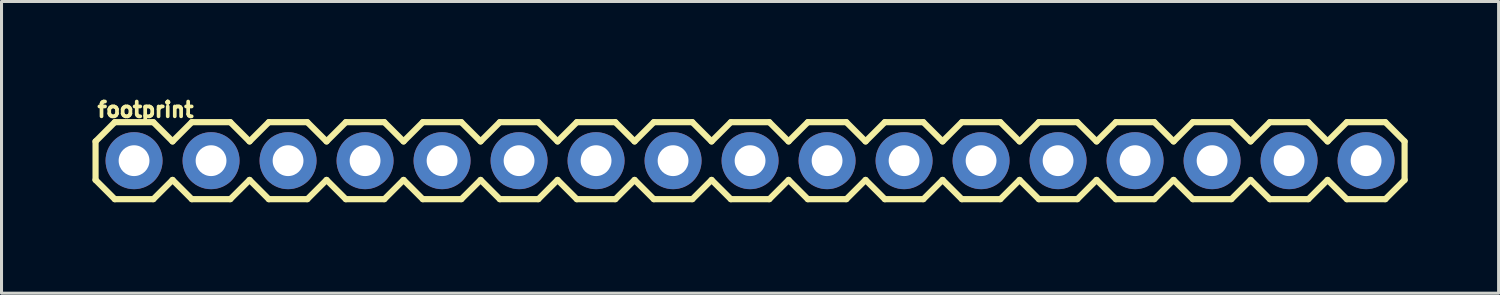
<source format=kicad_pcb>
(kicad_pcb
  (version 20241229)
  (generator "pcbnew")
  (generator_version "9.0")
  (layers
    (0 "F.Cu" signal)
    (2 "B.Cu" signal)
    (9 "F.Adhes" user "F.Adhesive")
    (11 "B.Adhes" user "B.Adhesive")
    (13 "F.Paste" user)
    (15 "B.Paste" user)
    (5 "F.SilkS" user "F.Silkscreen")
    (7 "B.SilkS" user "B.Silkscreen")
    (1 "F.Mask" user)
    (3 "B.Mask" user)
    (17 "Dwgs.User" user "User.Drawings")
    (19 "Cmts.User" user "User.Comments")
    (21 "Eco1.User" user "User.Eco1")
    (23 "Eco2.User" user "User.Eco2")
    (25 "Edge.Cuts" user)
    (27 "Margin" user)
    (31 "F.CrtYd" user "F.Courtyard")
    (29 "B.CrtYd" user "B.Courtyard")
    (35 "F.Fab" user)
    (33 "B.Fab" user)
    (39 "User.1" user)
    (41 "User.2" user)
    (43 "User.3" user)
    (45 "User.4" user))
  (footprint "footprint"
    (layer "F.Cu")
    (at 1.372 2.25)
    (property "Reference" "footprint" (at -1.27 -1.397 0) (layer "F.SilkS") (effects (font (size 0.488 0.488) (thickness 0.122)) (justify left bottom)))
    (fp_line (start -1.27 -0.635) (end -1.27 0.635) (stroke (width 0.203) (type solid)) (layer "F.SilkS"))
    (fp_line (start -1.27 0.635) (end -0.635 1.27) (stroke (width 0.203) (type solid)) (layer "F.SilkS"))
    (fp_line (start -0.635 -1.27) (end -1.27 -0.635) (stroke (width 0.203) (type solid)) (layer "F.SilkS"))
    (fp_line (start -0.635 -1.27) (end 0.635 -1.27) (stroke (width 0.203) (type solid)) (layer "F.SilkS"))
    (fp_line (start 0.635 -1.27) (end 1.27 -0.635) (stroke (width 0.203) (type solid)) (layer "F.SilkS"))
    (fp_line (start 0.635 1.27) (end -0.635 1.27) (stroke (width 0.203) (type solid)) (layer "F.SilkS"))
    (fp_line (start 1.27 -0.635) (end 1.905 -1.27) (stroke (width 0.203) (type solid)) (layer "F.SilkS"))
    (fp_line (start 1.27 0.635) (end 0.635 1.27) (stroke (width 0.203) (type solid)) (layer "F.SilkS"))
    (fp_line (start 1.905 -1.27) (end 3.175 -1.27) (stroke (width 0.203) (type solid)) (layer "F.SilkS"))
    (fp_line (start 1.905 1.27) (end 1.27 0.635) (stroke (width 0.203) (type solid)) (layer "F.SilkS"))
    (fp_line (start 3.175 -1.27) (end 3.81 -0.635) (stroke (width 0.203) (type solid)) (layer "F.SilkS"))
    (fp_line (start 3.175 1.27) (end 1.905 1.27) (stroke (width 0.203) (type solid)) (layer "F.SilkS"))
    (fp_line (start 3.81 -0.635) (end 4.445 -1.27) (stroke (width 0.203) (type solid)) (layer "F.SilkS"))
    (fp_line (start 3.81 0.635) (end 3.175 1.27) (stroke (width 0.203) (type solid)) (layer "F.SilkS"))
    (fp_line (start 4.445 -1.27) (end 5.715 -1.27) (stroke (width 0.203) (type solid)) (layer "F.SilkS"))
    (fp_line (start 4.445 1.27) (end 3.81 0.635) (stroke (width 0.203) (type solid)) (layer "F.SilkS"))
    (fp_line (start 5.715 -1.27) (end 6.35 -0.635) (stroke (width 0.203) (type solid)) (layer "F.SilkS"))
    (fp_line (start 5.715 1.27) (end 4.445 1.27) (stroke (width 0.203) (type solid)) (layer "F.SilkS"))
    (fp_line (start 6.35 0.635) (end 5.715 1.27) (stroke (width 0.203) (type solid)) (layer "F.SilkS"))
    (fp_line (start 6.35 0.635) (end 6.985 1.27) (stroke (width 0.203) (type solid)) (layer "F.SilkS"))
    (fp_line (start 6.985 -1.27) (end 6.35 -0.635) (stroke (width 0.203) (type solid)) (layer "F.SilkS"))
    (fp_line (start 6.985 -1.27) (end 8.255 -1.27) (stroke (width 0.203) (type solid)) (layer "F.SilkS"))
    (fp_line (start 8.255 -1.27) (end 8.89 -0.635) (stroke (width 0.203) (type solid)) (layer "F.SilkS"))
    (fp_line (start 8.255 1.27) (end 6.985 1.27) (stroke (width 0.203) (type solid)) (layer "F.SilkS"))
    (fp_line (start 8.89 -0.635) (end 9.525 -1.27) (stroke (width 0.203) (type solid)) (layer "F.SilkS"))
    (fp_line (start 8.89 0.635) (end 8.255 1.27) (stroke (width 0.203) (type solid)) (layer "F.SilkS"))
    (fp_line (start 9.525 -1.27) (end 10.795 -1.27) (stroke (width 0.203) (type solid)) (layer "F.SilkS"))
    (fp_line (start 9.525 1.27) (end 8.89 0.635) (stroke (width 0.203) (type solid)) (layer "F.SilkS"))
    (fp_line (start 10.795 -1.27) (end 11.43 -0.635) (stroke (width 0.203) (type solid)) (layer "F.SilkS"))
    (fp_line (start 10.795 1.27) (end 9.525 1.27) (stroke (width 0.203) (type solid)) (layer "F.SilkS"))
    (fp_line (start 11.43 -0.635) (end 12.065 -1.27) (stroke (width 0.203) (type solid)) (layer "F.SilkS"))
    (fp_line (start 11.43 0.635) (end 10.795 1.27) (stroke (width 0.203) (type solid)) (layer "F.SilkS"))
    (fp_line (start 12.065 -1.27) (end 13.335 -1.27) (stroke (width 0.203) (type solid)) (layer "F.SilkS"))
    (fp_line (start 12.065 1.27) (end 11.43 0.635) (stroke (width 0.203) (type solid)) (layer "F.SilkS"))
    (fp_line (start 13.335 -1.27) (end 13.97 -0.635) (stroke (width 0.203) (type solid)) (layer "F.SilkS"))
    (fp_line (start 13.335 1.27) (end 12.065 1.27) (stroke (width 0.203) (type solid)) (layer "F.SilkS"))
    (fp_line (start 13.97 0.635) (end 13.335 1.27) (stroke (width 0.203) (type solid)) (layer "F.SilkS"))
    (fp_line (start 13.97 0.635) (end 14.605 1.27) (stroke (width 0.203) (type solid)) (layer "F.SilkS"))
    (fp_line (start 14.605 -1.27) (end 13.97 -0.635) (stroke (width 0.203) (type solid)) (layer "F.SilkS"))
    (fp_line (start 14.605 -1.27) (end 15.875 -1.27) (stroke (width 0.203) (type solid)) (layer "F.SilkS"))
    (fp_line (start 15.875 -1.27) (end 16.51 -0.635) (stroke (width 0.203) (type solid)) (layer "F.SilkS"))
    (fp_line (start 15.875 1.27) (end 14.605 1.27) (stroke (width 0.203) (type solid)) (layer "F.SilkS"))
    (fp_line (start 16.51 0.635) (end 15.875 1.27) (stroke (width 0.203) (type solid)) (layer "F.SilkS"))
    (fp_line (start 16.51 0.635) (end 17.145 1.27) (stroke (width 0.203) (type solid)) (layer "F.SilkS"))
    (fp_line (start 17.145 -1.27) (end 16.51 -0.635) (stroke (width 0.203) (type solid)) (layer "F.SilkS"))
    (fp_line (start 17.145 -1.27) (end 18.415 -1.27) (stroke (width 0.203) (type solid)) (layer "F.SilkS"))
    (fp_line (start 18.415 -1.27) (end 19.05 -0.635) (stroke (width 0.203) (type solid)) (layer "F.SilkS"))
    (fp_line (start 18.415 1.27) (end 17.145 1.27) (stroke (width 0.203) (type solid)) (layer "F.SilkS"))
    (fp_line (start 19.05 -0.635) (end 19.685 -1.27) (stroke (width 0.203) (type solid)) (layer "F.SilkS"))
    (fp_line (start 19.05 0.635) (end 18.415 1.27) (stroke (width 0.203) (type solid)) (layer "F.SilkS"))
    (fp_line (start 19.685 -1.27) (end 20.955 -1.27) (stroke (width 0.203) (type solid)) (layer "F.SilkS"))
    (fp_line (start 19.685 1.27) (end 19.05 0.635) (stroke (width 0.203) (type solid)) (layer "F.SilkS"))
    (fp_line (start 20.955 -1.27) (end 21.59 -0.635) (stroke (width 0.203) (type solid)) (layer "F.SilkS"))
    (fp_line (start 20.955 1.27) (end 19.685 1.27) (stroke (width 0.203) (type solid)) (layer "F.SilkS"))
    (fp_line (start 21.59 -0.635) (end 22.225 -1.27) (stroke (width 0.203) (type solid)) (layer "F.SilkS"))
    (fp_line (start 21.59 0.635) (end 20.955 1.27) (stroke (width 0.203) (type solid)) (layer "F.SilkS"))
    (fp_line (start 22.225 -1.27) (end 23.495 -1.27) (stroke (width 0.203) (type solid)) (layer "F.SilkS"))
    (fp_line (start 22.225 1.27) (end 21.59 0.635) (stroke (width 0.203) (type solid)) (layer "F.SilkS"))
    (fp_line (start 23.495 -1.27) (end 24.13 -0.635) (stroke (width 0.203) (type solid)) (layer "F.SilkS"))
    (fp_line (start 23.495 1.27) (end 22.225 1.27) (stroke (width 0.203) (type solid)) (layer "F.SilkS"))
    (fp_line (start 24.13 0.635) (end 23.495 1.27) (stroke (width 0.203) (type solid)) (layer "F.SilkS"))
    (fp_line (start 24.13 0.635) (end 24.765 1.27) (stroke (width 0.203) (type solid)) (layer "F.SilkS"))
    (fp_line (start 24.765 -1.27) (end 24.13 -0.635) (stroke (width 0.203) (type solid)) (layer "F.SilkS"))
    (fp_line (start 24.765 -1.27) (end 26.035 -1.27) (stroke (width 0.203) (type solid)) (layer "F.SilkS"))
    (fp_line (start 26.035 -1.27) (end 26.67 -0.635) (stroke (width 0.203) (type solid)) (layer "F.SilkS"))
    (fp_line (start 26.035 1.27) (end 24.765 1.27) (stroke (width 0.203) (type solid)) (layer "F.SilkS"))
    (fp_line (start 26.67 -0.635) (end 27.305 -1.27) (stroke (width 0.203) (type solid)) (layer "F.SilkS"))
    (fp_line (start 26.67 0.635) (end 26.035 1.27) (stroke (width 0.203) (type solid)) (layer "F.SilkS"))
    (fp_line (start 27.305 -1.27) (end 28.575 -1.27) (stroke (width 0.203) (type solid)) (layer "F.SilkS"))
    (fp_line (start 27.305 1.27) (end 26.67 0.635) (stroke (width 0.203) (type solid)) (layer "F.SilkS"))
    (fp_line (start 28.575 -1.27) (end 29.21 -0.635) (stroke (width 0.203) (type solid)) (layer "F.SilkS"))
    (fp_line (start 28.575 1.27) (end 27.305 1.27) (stroke (width 0.203) (type solid)) (layer "F.SilkS"))
    (fp_line (start 29.21 -0.635) (end 29.845 -1.27) (stroke (width 0.203) (type solid)) (layer "F.SilkS"))
    (fp_line (start 29.21 0.635) (end 28.575 1.27) (stroke (width 0.203) (type solid)) (layer "F.SilkS"))
    (fp_line (start 29.845 -1.27) (end 31.115 -1.27) (stroke (width 0.203) (type solid)) (layer "F.SilkS"))
    (fp_line (start 29.845 1.27) (end 29.21 0.635) (stroke (width 0.203) (type solid)) (layer "F.SilkS"))
    (fp_line (start 31.115 -1.27) (end 31.75 -0.635) (stroke (width 0.203) (type solid)) (layer "F.SilkS"))
    (fp_line (start 31.115 1.27) (end 29.845 1.27) (stroke (width 0.203) (type solid)) (layer "F.SilkS"))
    (fp_line (start 31.75 0.635) (end 31.115 1.27) (stroke (width 0.203) (type solid)) (layer "F.SilkS"))
    (fp_line (start 31.75 0.635) (end 32.385 1.27) (stroke (width 0.203) (type solid)) (layer "F.SilkS"))
    (fp_line (start 32.385 -1.27) (end 31.75 -0.635) (stroke (width 0.203) (type solid)) (layer "F.SilkS"))
    (fp_line (start 32.385 -1.27) (end 33.655 -1.27) (stroke (width 0.203) (type solid)) (layer "F.SilkS"))
    (fp_line (start 33.655 -1.27) (end 34.29 -0.635) (stroke (width 0.203) (type solid)) (layer "F.SilkS"))
    (fp_line (start 33.655 1.27) (end 32.385 1.27) (stroke (width 0.203) (type solid)) (layer "F.SilkS"))
    (fp_line (start 34.29 0.635) (end 33.655 1.27) (stroke (width 0.203) (type solid)) (layer "F.SilkS"))
    (fp_line (start 34.29 0.635) (end 34.925 1.27) (stroke (width 0.203) (type solid)) (layer "F.SilkS"))
    (fp_line (start 34.925 -1.27) (end 34.29 -0.635) (stroke (width 0.203) (type solid)) (layer "F.SilkS"))
    (fp_line (start 34.925 -1.27) (end 36.195 -1.27) (stroke (width 0.203) (type solid)) (layer "F.SilkS"))
    (fp_line (start 36.195 -1.27) (end 36.83 -0.635) (stroke (width 0.203) (type solid)) (layer "F.SilkS"))
    (fp_line (start 36.195 1.27) (end 34.925 1.27) (stroke (width 0.203) (type solid)) (layer "F.SilkS"))
    (fp_line (start 36.83 0.635) (end 36.195 1.27) (stroke (width 0.203) (type solid)) (layer "F.SilkS"))
    (fp_line (start 36.83 0.635) (end 37.465 1.27) (stroke (width 0.203) (type solid)) (layer "F.SilkS"))
    (fp_line (start 37.465 -1.27) (end 36.83 -0.635) (stroke (width 0.203) (type solid)) (layer "F.SilkS"))
    (fp_line (start 37.465 -1.27) (end 38.735 -1.27) (stroke (width 0.203) (type solid)) (layer "F.SilkS"))
    (fp_line (start 38.735 -1.27) (end 39.37 -0.635) (stroke (width 0.203) (type solid)) (layer "F.SilkS"))
    (fp_line (start 38.735 1.27) (end 37.465 1.27) (stroke (width 0.203) (type solid)) (layer "F.SilkS"))
    (fp_line (start 39.37 0.635) (end 38.735 1.27) (stroke (width 0.203) (type solid)) (layer "F.SilkS"))
    (fp_line (start 39.37 0.635) (end 40.005 1.27) (stroke (width 0.203) (type solid)) (layer "F.SilkS"))
    (fp_line (start 40.005 -1.27) (end 39.37 -0.635) (stroke (width 0.203) (type solid)) (layer "F.SilkS"))
    (fp_line (start 40.005 -1.27) (end 41.275 -1.27) (stroke (width 0.203) (type solid)) (layer "F.SilkS"))
    (fp_line (start 41.275 -1.27) (end 41.91 -0.635) (stroke (width 0.203) (type solid)) (layer "F.SilkS"))
    (fp_line (start 41.275 1.27) (end 40.005 1.27) (stroke (width 0.203) (type solid)) (layer "F.SilkS"))
    (fp_line (start 41.91 -0.635) (end 41.91 0.635) (stroke (width 0.203) (type solid)) (layer "F.SilkS"))
    (fp_line (start 41.91 0.635) (end 41.275 1.27) (stroke (width 0.203) (type solid)) (layer "F.SilkS"))
    (fp_poly (pts (xy -0.254 0.254) (xy 0.254 0.254) (xy 0.254 -0.254) (xy -0.254 -0.254)) (stroke (width 0.1) (type solid)) (fill no) (layer "F.Fab"))
    (fp_poly (pts (xy 2.286 0.254) (xy 2.794 0.254) (xy 2.794 -0.254) (xy 2.286 -0.254)) (stroke (width 0.1) (type solid)) (fill no) (layer "F.Fab"))
    (fp_poly (pts (xy 4.826 0.254) (xy 5.334 0.254) (xy 5.334 -0.254) (xy 4.826 -0.254)) (stroke (width 0.1) (type solid)) (fill no) (layer "F.Fab"))
    (fp_poly (pts (xy 7.366 0.254) (xy 7.874 0.254) (xy 7.874 -0.254) (xy 7.366 -0.254)) (stroke (width 0.1) (type solid)) (fill no) (layer "F.Fab"))
    (fp_poly (pts (xy 9.906 0.254) (xy 10.414 0.254) (xy 10.414 -0.254) (xy 9.906 -0.254)) (stroke (width 0.1) (type solid)) (fill no) (layer "F.Fab"))
    (fp_poly (pts (xy 12.446 0.254) (xy 12.954 0.254) (xy 12.954 -0.254) (xy 12.446 -0.254)) (stroke (width 0.1) (type solid)) (fill no) (layer "F.Fab"))
    (fp_poly (pts (xy 14.986 0.254) (xy 15.494 0.254) (xy 15.494 -0.254) (xy 14.986 -0.254)) (stroke (width 0.1) (type solid)) (fill no) (layer "F.Fab"))
    (fp_poly (pts (xy 17.526 0.254) (xy 18.034 0.254) (xy 18.034 -0.254) (xy 17.526 -0.254)) (stroke (width 0.1) (type solid)) (fill no) (layer "F.Fab"))
    (fp_poly (pts (xy 20.066 0.254) (xy 20.574 0.254) (xy 20.574 -0.254) (xy 20.066 -0.254)) (stroke (width 0.1) (type solid)) (fill no) (layer "F.Fab"))
    (fp_poly (pts (xy 22.606 0.254) (xy 23.114 0.254) (xy 23.114 -0.254) (xy 22.606 -0.254)) (stroke (width 0.1) (type solid)) (fill no) (layer "F.Fab"))
    (fp_poly (pts (xy 25.146 0.254) (xy 25.654 0.254) (xy 25.654 -0.254) (xy 25.146 -0.254)) (stroke (width 0.1) (type solid)) (fill no) (layer "F.Fab"))
    (fp_poly (pts (xy 27.686 0.254) (xy 28.194 0.254) (xy 28.194 -0.254) (xy 27.686 -0.254)) (stroke (width 0.1) (type solid)) (fill no) (layer "F.Fab"))
    (fp_poly (pts (xy 30.226 0.254) (xy 30.734 0.254) (xy 30.734 -0.254) (xy 30.226 -0.254)) (stroke (width 0.1) (type solid)) (fill no) (layer "F.Fab"))
    (fp_poly (pts (xy 32.766 0.254) (xy 33.274 0.254) (xy 33.274 -0.254) (xy 32.766 -0.254)) (stroke (width 0.1) (type solid)) (fill no) (layer "F.Fab"))
    (fp_poly (pts (xy 35.306 0.254) (xy 35.814 0.254) (xy 35.814 -0.254) (xy 35.306 -0.254)) (stroke (width 0.1) (type solid)) (fill no) (layer "F.Fab"))
    (fp_poly (pts (xy 37.846 0.254) (xy 38.354 0.254) (xy 38.354 -0.254) (xy 37.846 -0.254)) (stroke (width 0.1) (type solid)) (fill no) (layer "F.Fab"))
    (fp_poly (pts (xy 40.386 0.254) (xy 40.894 0.254) (xy 40.894 -0.254) (xy 40.386 -0.254)) (stroke (width 0.1) (type solid)) (fill no) (layer "F.Fab"))
    (pad "1" thru_hole circle (at 0 0 90) (size 1.88 1.88) (drill 1.016) (layers "*.Cu" "*.Mask"))
    (pad "2" thru_hole circle (at 2.54 0 90) (size 1.88 1.88) (drill 1.016) (layers "*.Cu" "*.Mask"))
    (pad "3" thru_hole circle (at 5.08 0 90) (size 1.88 1.88) (drill 1.016) (layers "*.Cu" "*.Mask"))
    (pad "4" thru_hole circle (at 7.62 0 90) (size 1.88 1.88) (drill 1.016) (layers "*.Cu" "*.Mask"))
    (pad "5" thru_hole circle (at 10.16 0 90) (size 1.88 1.88) (drill 1.016) (layers "*.Cu" "*.Mask"))
    (pad "6" thru_hole circle (at 12.7 0 90) (size 1.88 1.88) (drill 1.016) (layers "*.Cu" "*.Mask"))
    (pad "7" thru_hole circle (at 15.24 0 90) (size 1.88 1.88) (drill 1.016) (layers "*.Cu" "*.Mask"))
    (pad "8" thru_hole circle (at 17.78 0 90) (size 1.88 1.88) (drill 1.016) (layers "*.Cu" "*.Mask"))
    (pad "9" thru_hole circle (at 20.32 0 90) (size 1.88 1.88) (drill 1.016) (layers "*.Cu" "*.Mask"))
    (pad "10" thru_hole circle (at 22.86 0 90) (size 1.88 1.88) (drill 1.016) (layers "*.Cu" "*.Mask"))
    (pad "11" thru_hole circle (at 25.4 0 90) (size 1.88 1.88) (drill 1.016) (layers "*.Cu" "*.Mask"))
    (pad "12" thru_hole circle (at 27.94 0 90) (size 1.88 1.88) (drill 1.016) (layers "*.Cu" "*.Mask"))
    (pad "13" thru_hole circle (at 30.48 0 90) (size 1.88 1.88) (drill 1.016) (layers "*.Cu" "*.Mask"))
    (pad "14" thru_hole circle (at 33.02 0 90) (size 1.88 1.88) (drill 1.016) (layers "*.Cu" "*.Mask"))
    (pad "15" thru_hole circle (at 35.56 0 90) (size 1.88 1.88) (drill 1.016) (layers "*.Cu" "*.Mask"))
    (pad "16" thru_hole circle (at 38.1 0 90) (size 1.88 1.88) (drill 1.016) (layers "*.Cu" "*.Mask"))
    (pad "17" thru_hole circle (at 40.64 0 90) (size 1.88 1.88) (drill 1.016) (layers "*.Cu" "*.Mask")))
  (gr_rect
    (start -3 -3)
    (end 46.383 6.622)
    (stroke (width 0.1) (type default))
    (fill no)
    (layer "Edge.Cuts")))
</source>
